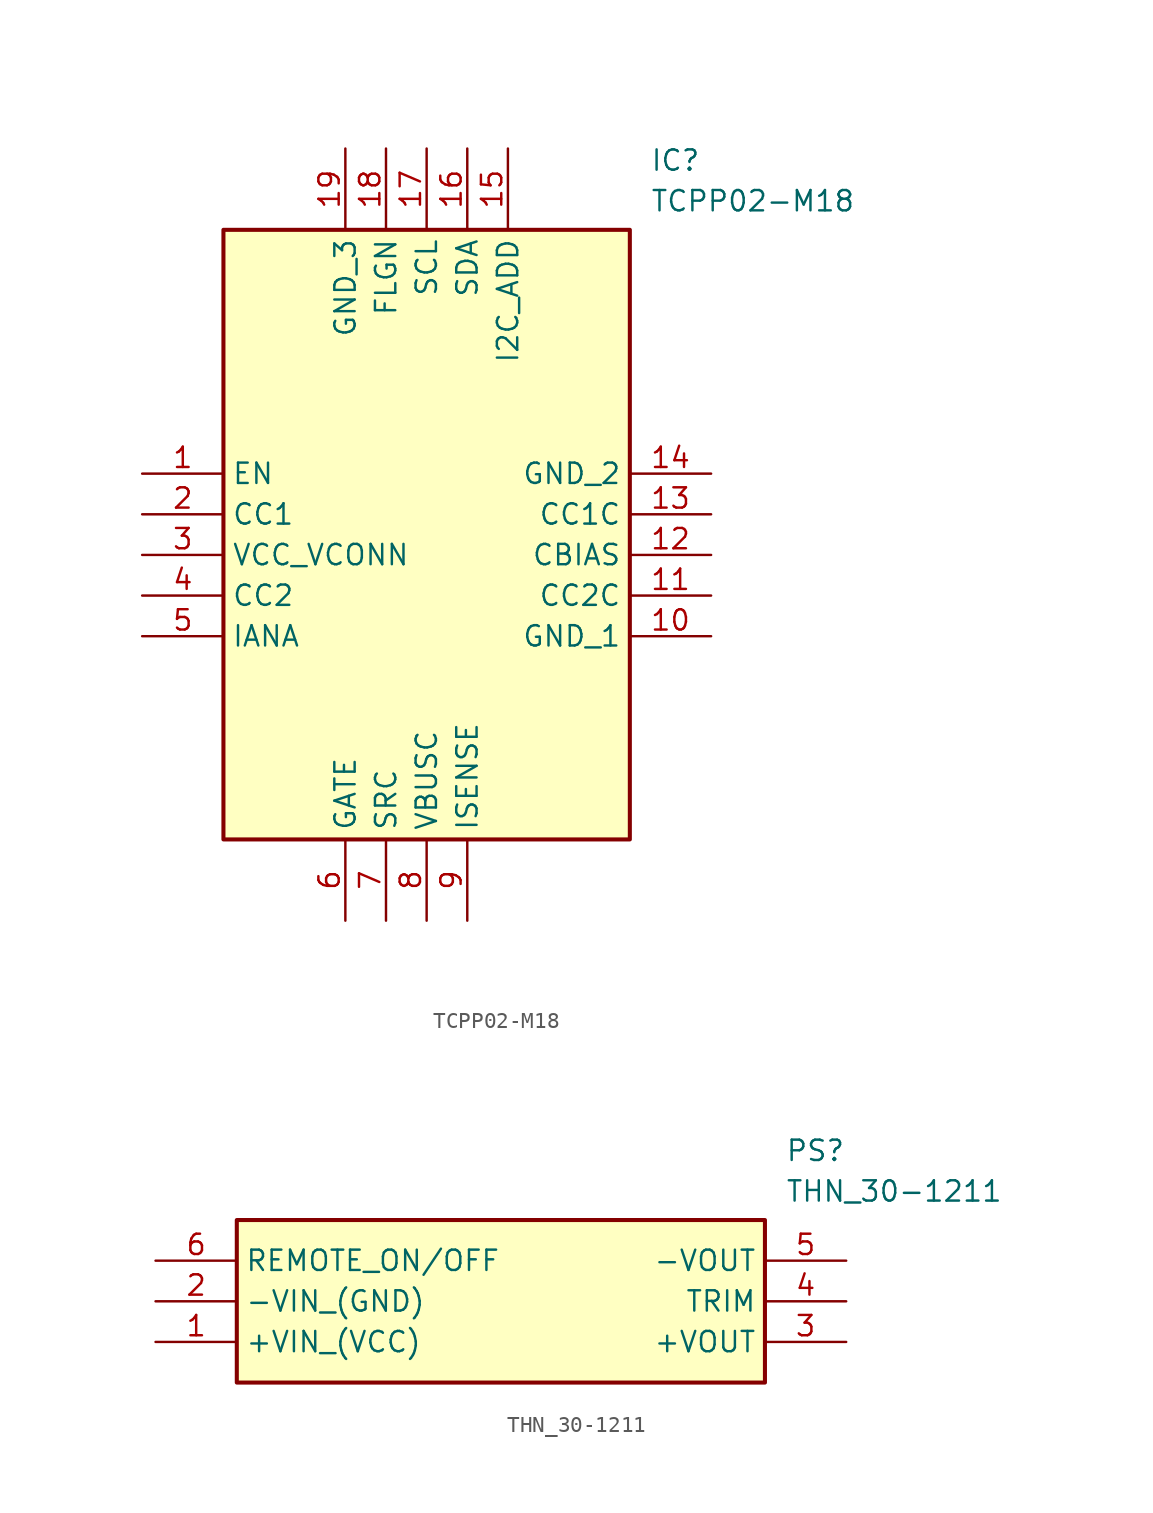
<source format=kicad_sym>
(kicad_symbol_lib
  (version 20241209)
  (generator "kicad_symbol_editor")
  (generator_version "9.0")
  (symbol "TCPP02-M18"
    (property "Reference" "IC"
      (at 31.75 20.32 0)
      (effects (font (size 1.27 1.27)) (justify left top)))
    (property "Value" "TCPP02-M18"
      (at 31.75 17.78 0)
      (effects (font (size 1.27 1.27)) (justify left top)))
    (symbol "TCPP02-M18_1_1"
      (rectangle (start 5.08 15.24) (end 30.48 -22.86) (stroke (width 0.254) (type default)) (fill (type background)))
      (pin passive line (at 0 0 0) (length 5.08) (name "EN" (effects (font (size 1.27 1.27)))) (number "1" (effects (font (size 1.27 1.27)))))
      (pin passive line (at 0 -2.54 0) (length 5.08) (name "CC1" (effects (font (size 1.27 1.27)))) (number "2" (effects (font (size 1.27 1.27)))))
      (pin passive line (at 0 -5.08 0) (length 5.08) (name "VCC_VCONN" (effects (font (size 1.27 1.27)))) (number "3" (effects (font (size 1.27 1.27)))))
      (pin passive line (at 0 -7.62 0) (length 5.08) (name "CC2" (effects (font (size 1.27 1.27)))) (number "4" (effects (font (size 1.27 1.27)))))
      (pin passive line (at 0 -10.16 0) (length 5.08) (name "IANA" (effects (font (size 1.27 1.27)))) (number "5" (effects (font (size 1.27 1.27)))))
      (pin passive line (at 12.7 20.32 270) (length 5.08) (name "GND_3" (effects (font (size 1.27 1.27)))) (number "19" (effects (font (size 1.27 1.27)))))
      (pin passive line (at 12.7 -27.94 90) (length 5.08) (name "GATE" (effects (font (size 1.27 1.27)))) (number "6" (effects (font (size 1.27 1.27)))))
      (pin passive line (at 15.24 20.32 270) (length 5.08) (name "FLGN" (effects (font (size 1.27 1.27)))) (number "18" (effects (font (size 1.27 1.27)))))
      (pin passive line (at 15.24 -27.94 90) (length 5.08) (name "SRC" (effects (font (size 1.27 1.27)))) (number "7" (effects (font (size 1.27 1.27)))))
      (pin passive line (at 17.78 20.32 270) (length 5.08) (name "SCL" (effects (font (size 1.27 1.27)))) (number "17" (effects (font (size 1.27 1.27)))))
      (pin passive line (at 17.78 -27.94 90) (length 5.08) (name "VBUSC" (effects (font (size 1.27 1.27)))) (number "8" (effects (font (size 1.27 1.27)))))
      (pin passive line (at 20.32 20.32 270) (length 5.08) (name "SDA" (effects (font (size 1.27 1.27)))) (number "16" (effects (font (size 1.27 1.27)))))
      (pin passive line (at 20.32 -27.94 90) (length 5.08) (name "ISENSE" (effects (font (size 1.27 1.27)))) (number "9" (effects (font (size 1.27 1.27)))))
      (pin passive line (at 22.86 20.32 270) (length 5.08) (name "I2C_ADD" (effects (font (size 1.27 1.27)))) (number "15" (effects (font (size 1.27 1.27)))))
      (pin passive line (at 35.56 0 180) (length 5.08) (name "GND_2" (effects (font (size 1.27 1.27)))) (number "14" (effects (font (size 1.27 1.27)))))
      (pin passive line (at 35.56 -2.54 180) (length 5.08) (name "CC1C" (effects (font (size 1.27 1.27)))) (number "13" (effects (font (size 1.27 1.27)))))
      (pin passive line (at 35.56 -5.08 180) (length 5.08) (name "CBIAS" (effects (font (size 1.27 1.27)))) (number "12" (effects (font (size 1.27 1.27)))))
      (pin passive line (at 35.56 -7.62 180) (length 5.08) (name "CC2C" (effects (font (size 1.27 1.27)))) (number "11" (effects (font (size 1.27 1.27)))))
      (pin passive line (at 35.56 -10.16 180) (length 5.08) (name "GND_1" (effects (font (size 1.27 1.27)))) (number "10" (effects (font (size 1.27 1.27)))))))
  (symbol "THN_30-1211"
    (property "Reference" "PS"
      (at 39.37 7.62 0)
      (effects (font (size 1.27 1.27)) (justify left top)))
    (property "Value" "THN_30-1211"
      (at 39.37 5.08 0)
      (effects (font (size 1.27 1.27)) (justify left top)))
    (symbol "THN_30-1211_1_1"
      (rectangle (start 5.08 2.54) (end 38.1 -7.62) (stroke (width 0.254) (type default)) (fill (type background)))
      (pin passive line (at 0 0 0) (length 5.08) (name "REMOTE_ON/OFF" (effects (font (size 1.27 1.27)))) (number "6" (effects (font (size 1.27 1.27)))))
      (pin passive line (at 0 -2.54 0) (length 5.08) (name "-VIN_(GND)" (effects (font (size 1.27 1.27)))) (number "2" (effects (font (size 1.27 1.27)))))
      (pin passive line (at 0 -5.08 0) (length 5.08) (name "+VIN_(VCC)" (effects (font (size 1.27 1.27)))) (number "1" (effects (font (size 1.27 1.27)))))
      (pin passive line (at 43.18 0 180) (length 5.08) (name "-VOUT" (effects (font (size 1.27 1.27)))) (number "5" (effects (font (size 1.27 1.27)))))
      (pin passive line (at 43.18 -2.54 180) (length 5.08) (name "TRIM" (effects (font (size 1.27 1.27)))) (number "4" (effects (font (size 1.27 1.27)))))
      (pin passive line (at 43.18 -5.08 180) (length 5.08) (name "+VOUT" (effects (font (size 1.27 1.27)))) (number "3" (effects (font (size 1.27 1.27))))))))
</source>
